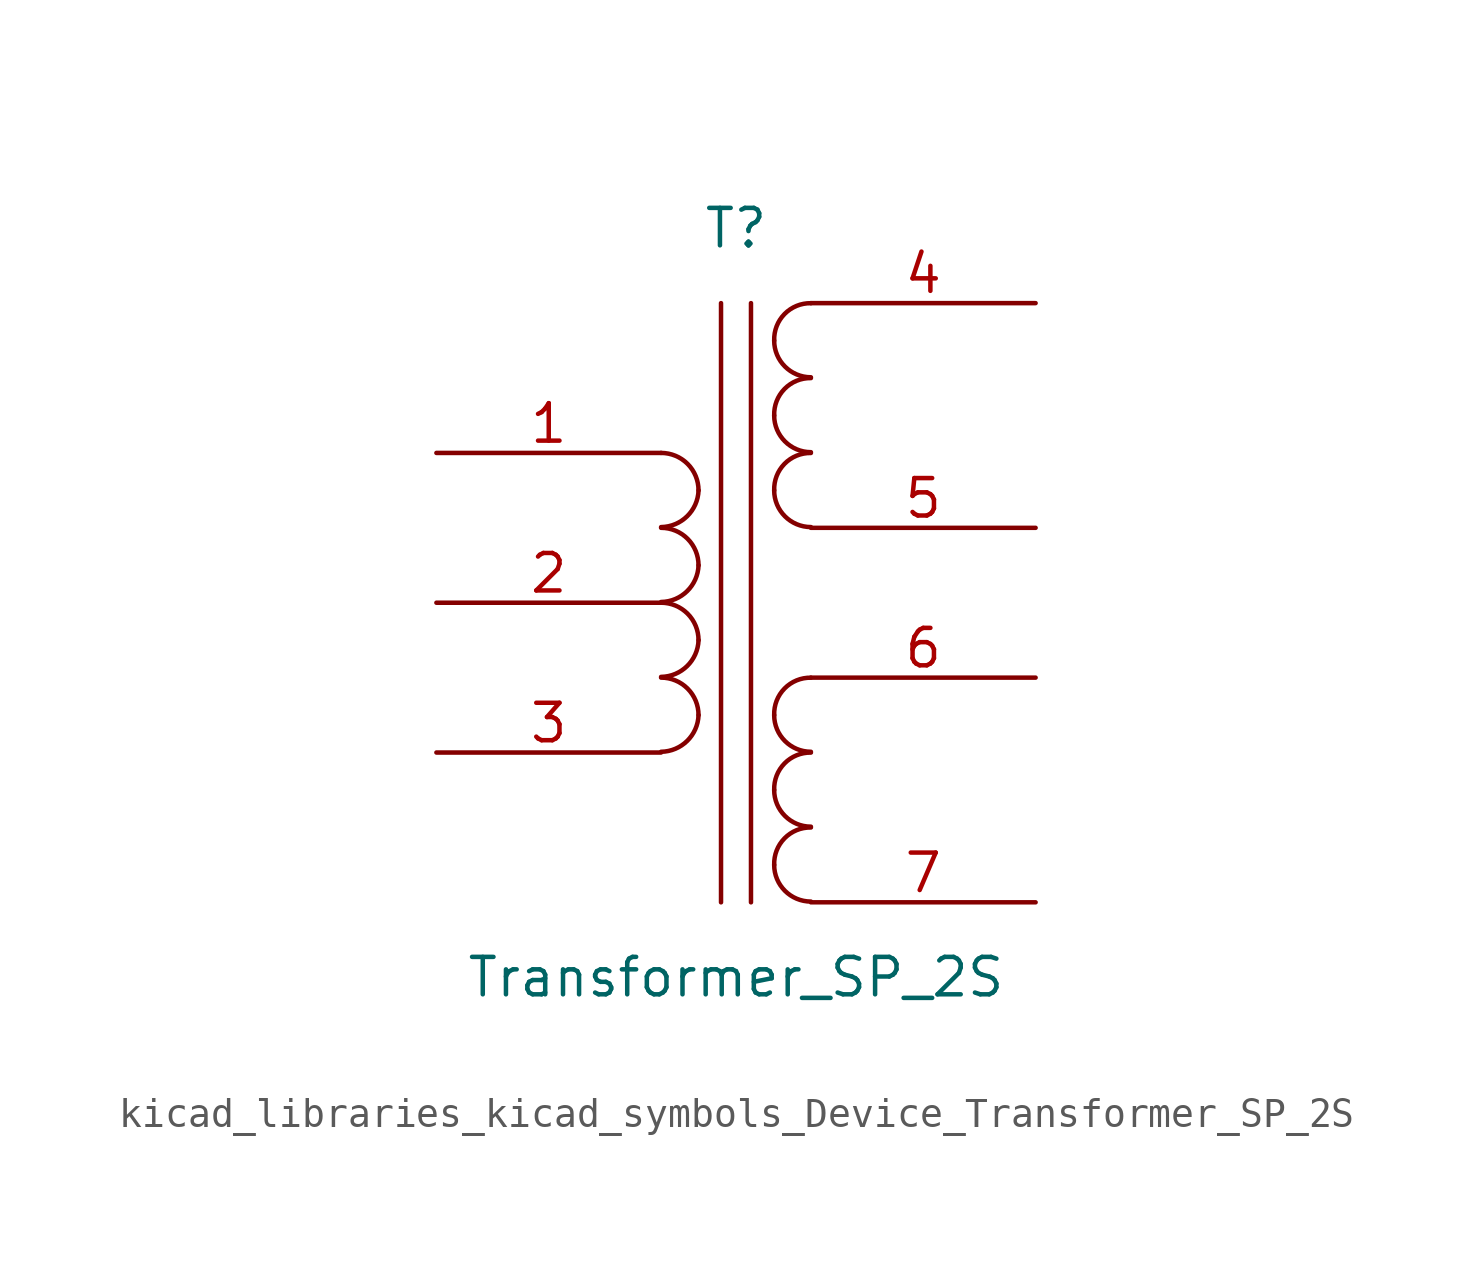
<source format=kicad_sym>
(kicad_symbol_lib
  (version 20220914)
  (generator kicad_symbol_editor)
  (symbol "kicad_libraries_kicad_symbols_Device_Transformer_SP_2S"
    (pin_names
      (offset 1.016) hide)
    (property "Reference" "T"
      (at 0 12.7 0)
      (effects (font (size 1.27 1.27))))
    (property "Value" "Transformer_SP_2S"
      (at 0 -12.7 0)
      (effects (font (size 1.27 1.27))))
    (symbol "kicad_libraries_kicad_symbols_Device_Transformer_SP_2S_0_1"
      (arc (start -2.54 -5.0546) (mid -1.6599 -4.6901) (end -1.27 -3.81) (stroke (width 0) (type default)) (fill (type none)))
      (arc (start -2.54 -2.5146) (mid -1.6599 -2.1501) (end -1.27 -1.27) (stroke (width 0) (type default)) (fill (type none)))
      (arc (start -2.54 0.0254) (mid -1.6599 0.3899) (end -1.27 1.27) (stroke (width 0) (type default)) (fill (type none)))
      (arc (start -2.54 2.5654) (mid -1.6599 2.9299) (end -1.27 3.81) (stroke (width 0) (type default)) (fill (type none)))
      (arc (start -1.27 -3.81) (mid -1.642 -2.912) (end -2.54 -2.54) (stroke (width 0) (type default)) (fill (type none)))
      (arc (start -1.27 -1.27) (mid -1.642 -0.372) (end -2.54 0) (stroke (width 0) (type default)) (fill (type none)))
      (arc (start -1.27 1.27) (mid -1.642 2.168) (end -2.54 2.54) (stroke (width 0) (type default)) (fill (type none)))
      (arc (start -1.27 3.81) (mid -1.642 4.708) (end -2.54 5.08) (stroke (width 0) (type default)) (fill (type none)))
      (polyline (pts (xy -0.508 -10.16) (xy -0.508 10.16)) (stroke (width 0) (type default)) (fill (type none)))
      (polyline (pts (xy 0.508 10.16) (xy 0.508 -10.16)) (stroke (width 0) (type default)) (fill (type none)))
      (arc (start 1.2954 -8.89) (mid 1.6599 -9.7701) (end 2.54 -10.1346) (stroke (width 0) (type default)) (fill (type none)))
      (arc (start 1.2954 -6.35) (mid 1.6599 -7.2301) (end 2.54 -7.5946) (stroke (width 0) (type default)) (fill (type none)))
      (arc (start 1.2954 -3.81) (mid 1.6599 -4.6901) (end 2.54 -5.0546) (stroke (width 0) (type default)) (fill (type none)))
      (arc (start 1.2954 3.81) (mid 1.6599 2.9299) (end 2.54 2.5654) (stroke (width 0) (type default)) (fill (type none)))
      (arc (start 1.2954 6.35) (mid 1.6599 5.4699) (end 2.54 5.1054) (stroke (width 0) (type default)) (fill (type none)))
      (arc (start 1.2954 8.89) (mid 1.6599 8.0099) (end 2.54 7.6454) (stroke (width 0) (type default)) (fill (type none)))
      (arc (start 2.54 -7.62) (mid 1.642 -7.992) (end 1.2954 -8.89) (stroke (width 0) (type default)) (fill (type none)))
      (arc (start 2.54 -5.08) (mid 1.642 -5.452) (end 1.2954 -6.35) (stroke (width 0) (type default)) (fill (type none)))
      (arc (start 2.54 -2.54) (mid 1.642 -2.912) (end 1.2954 -3.81) (stroke (width 0) (type default)) (fill (type none)))
      (arc (start 2.54 5.08) (mid 1.642 4.708) (end 1.2954 3.81) (stroke (width 0) (type default)) (fill (type none)))
      (arc (start 2.54 7.62) (mid 1.642 7.248) (end 1.2954 6.35) (stroke (width 0) (type default)) (fill (type none)))
      (arc (start 2.54 10.16) (mid 1.642 9.788) (end 1.2954 8.89) (stroke (width 0) (type default)) (fill (type none))))
    (symbol "kicad_libraries_kicad_symbols_Device_Transformer_SP_2S_1_1"
      (pin passive line (at -10.16 5.08 0) (length 7.62) (name "IN+" (effects (font (size 1.27 1.27)))) (number "1" (effects (font (size 1.27 1.27)))))
      (pin passive line (at -10.16 0 0) (length 7.62) (name "PM" (effects (font (size 1.27 1.27)))) (number "2" (effects (font (size 1.27 1.27)))))
      (pin passive line (at -10.16 -5.08 0) (length 7.62) (name "IN-" (effects (font (size 1.27 1.27)))) (number "3" (effects (font (size 1.27 1.27)))))
      (pin passive line (at 10.16 10.16 180) (length 7.62) (name "OUT1A" (effects (font (size 1.27 1.27)))) (number "4" (effects (font (size 1.27 1.27)))))
      (pin passive line (at 10.16 2.54 180) (length 7.62) (name "OUT1B" (effects (font (size 1.27 1.27)))) (number "5" (effects (font (size 1.27 1.27)))))
      (pin passive line (at 10.16 -2.54 180) (length 7.62) (name "OUT2A" (effects (font (size 1.27 1.27)))) (number "6" (effects (font (size 1.27 1.27)))))
      (pin passive line (at 10.16 -10.16 180) (length 7.62) (name "OUT2B" (effects (font (size 1.27 1.27)))) (number "7" (effects (font (size 1.27 1.27))))))))
</source>
